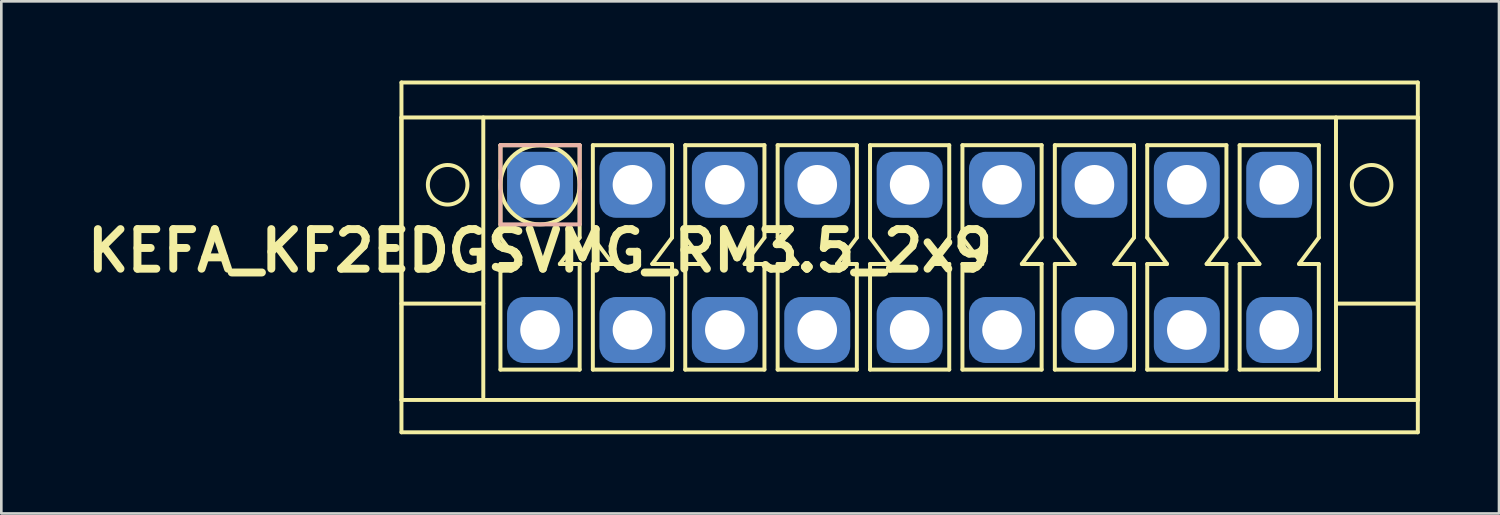
<source format=kicad_pcb>
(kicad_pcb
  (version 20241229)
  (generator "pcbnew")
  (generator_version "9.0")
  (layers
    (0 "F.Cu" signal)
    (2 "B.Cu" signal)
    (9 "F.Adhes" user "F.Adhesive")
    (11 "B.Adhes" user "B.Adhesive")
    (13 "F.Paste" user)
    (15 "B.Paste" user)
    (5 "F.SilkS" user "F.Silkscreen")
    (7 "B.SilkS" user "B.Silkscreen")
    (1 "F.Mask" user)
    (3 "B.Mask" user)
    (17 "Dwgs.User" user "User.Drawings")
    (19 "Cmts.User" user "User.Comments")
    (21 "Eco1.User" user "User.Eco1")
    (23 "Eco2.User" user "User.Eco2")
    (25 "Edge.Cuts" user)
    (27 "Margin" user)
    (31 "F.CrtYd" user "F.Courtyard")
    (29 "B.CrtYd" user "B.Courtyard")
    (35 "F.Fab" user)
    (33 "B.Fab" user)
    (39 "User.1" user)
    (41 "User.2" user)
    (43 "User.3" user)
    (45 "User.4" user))
  (footprint "KEFA_KF2EDGSVMG_RM3.5_2x9"
    (layer "F.Cu")
    (at 17.407 3.95)
    (property "Reference" "KEFA_KF2EDGSVMG_RM3.5_2x9" (at 0 2.5 0) (layer "F.SilkS") (effects (font (size 1.5 1.5) (thickness 0.3))))
    (attr through_hole)
    (fp_line (start -5.25 -3.875) (end 33.25 -3.875) (stroke (width 0.15) (type solid)) (layer "F.SilkS"))
    (fp_line (start -5.25 -2.55) (end 33.25 -2.55) (stroke (width 0.15) (type solid)) (layer "F.SilkS"))
    (fp_line (start -5.25 4.5) (end -2.15 4.5) (stroke (width 0.15) (type solid)) (layer "F.SilkS"))
    (fp_line (start -5.25 8.15) (end -5.25 -2.55) (stroke (width 0.15) (type solid)) (layer "F.SilkS"))
    (fp_line (start -5.25 9.375) (end -5.25 -3.875) (stroke (width 0.15) (type solid)) (layer "F.SilkS"))
    (fp_line (start -2.15 -2.55) (end -2.15 8.05) (stroke (width 0.15) (type solid)) (layer "F.SilkS"))
    (fp_line (start -1.5 -1.5) (end -1.5 2) (stroke (width 0.15) (type solid)) (layer "F.SilkS"))
    (fp_line (start -1.5 -1.5) (end 1.5 -1.5) (stroke (width 0.15) (type solid)) (layer "F.SilkS"))
    (fp_line (start -1.5 2) (end -0.75 3) (stroke (width 0.15) (type solid)) (layer "F.SilkS"))
    (fp_line (start -1.5 3) (end -1.5 7) (stroke (width 0.15) (type solid)) (layer "F.SilkS"))
    (fp_line (start -1.5 7) (end 1.5 7) (stroke (width 0.15) (type solid)) (layer "F.SilkS"))
    (fp_line (start -0.75 3) (end -1.5 3) (stroke (width 0.15) (type solid)) (layer "F.SilkS"))
    (fp_line (start 0.75 3) (end 1.5 3) (stroke (width 0.15) (type solid)) (layer "F.SilkS"))
    (fp_line (start 1.5 -1.5) (end 1.5 2) (stroke (width 0.15) (type solid)) (layer "F.SilkS"))
    (fp_line (start 1.5 2) (end 0.75 3) (stroke (width 0.15) (type solid)) (layer "F.SilkS"))
    (fp_line (start 1.5 3) (end 1.5 7) (stroke (width 0.15) (type solid)) (layer "F.SilkS"))
    (fp_line (start 2 -1.5) (end 2 2) (stroke (width 0.15) (type solid)) (layer "F.SilkS"))
    (fp_line (start 2 -1.5) (end 5 -1.5) (stroke (width 0.15) (type solid)) (layer "F.SilkS"))
    (fp_line (start 2 2) (end 2.75 3) (stroke (width 0.15) (type solid)) (layer "F.SilkS"))
    (fp_line (start 2 3) (end 2 7) (stroke (width 0.15) (type solid)) (layer "F.SilkS"))
    (fp_line (start 2 7) (end 5 7) (stroke (width 0.15) (type solid)) (layer "F.SilkS"))
    (fp_line (start 2.75 3) (end 2 3) (stroke (width 0.15) (type solid)) (layer "F.SilkS"))
    (fp_line (start 4.25 3) (end 5 3) (stroke (width 0.15) (type solid)) (layer "F.SilkS"))
    (fp_line (start 5 -1.5) (end 5 2) (stroke (width 0.15) (type solid)) (layer "F.SilkS"))
    (fp_line (start 5 2) (end 4.25 3) (stroke (width 0.15) (type solid)) (layer "F.SilkS"))
    (fp_line (start 5 3) (end 5 7) (stroke (width 0.15) (type solid)) (layer "F.SilkS"))
    (fp_line (start 5.5 -1.5) (end 5.5 2) (stroke (width 0.15) (type solid)) (layer "F.SilkS"))
    (fp_line (start 5.5 -1.5) (end 8.5 -1.5) (stroke (width 0.15) (type solid)) (layer "F.SilkS"))
    (fp_line (start 5.5 2) (end 6.25 3) (stroke (width 0.15) (type solid)) (layer "F.SilkS"))
    (fp_line (start 5.5 3) (end 5.5 7) (stroke (width 0.15) (type solid)) (layer "F.SilkS"))
    (fp_line (start 5.5 7) (end 8.5 7) (stroke (width 0.15) (type solid)) (layer "F.SilkS"))
    (fp_line (start 6.25 3) (end 5.5 3) (stroke (width 0.15) (type solid)) (layer "F.SilkS"))
    (fp_line (start 7.75 3) (end 8.5 3) (stroke (width 0.15) (type solid)) (layer "F.SilkS"))
    (fp_line (start 8.5 -1.5) (end 8.5 2) (stroke (width 0.15) (type solid)) (layer "F.SilkS"))
    (fp_line (start 8.5 2) (end 7.75 3) (stroke (width 0.15) (type solid)) (layer "F.SilkS"))
    (fp_line (start 8.5 3) (end 8.5 7) (stroke (width 0.15) (type solid)) (layer "F.SilkS"))
    (fp_line (start 9 -1.5) (end 9 2) (stroke (width 0.15) (type solid)) (layer "F.SilkS"))
    (fp_line (start 9 -1.5) (end 12 -1.5) (stroke (width 0.15) (type solid)) (layer "F.SilkS"))
    (fp_line (start 9 2) (end 9.75 3) (stroke (width 0.15) (type solid)) (layer "F.SilkS"))
    (fp_line (start 9 3) (end 9 7) (stroke (width 0.15) (type solid)) (layer "F.SilkS"))
    (fp_line (start 9 7) (end 12 7) (stroke (width 0.15) (type solid)) (layer "F.SilkS"))
    (fp_line (start 9.75 3) (end 9 3) (stroke (width 0.15) (type solid)) (layer "F.SilkS"))
    (fp_line (start 11.25 3) (end 12 3) (stroke (width 0.15) (type solid)) (layer "F.SilkS"))
    (fp_line (start 12 -1.5) (end 12 2) (stroke (width 0.15) (type solid)) (layer "F.SilkS"))
    (fp_line (start 12 2) (end 11.25 3) (stroke (width 0.15) (type solid)) (layer "F.SilkS"))
    (fp_line (start 12 3) (end 12 7) (stroke (width 0.15) (type solid)) (layer "F.SilkS"))
    (fp_line (start 12.5 -1.5) (end 12.5 2) (stroke (width 0.15) (type solid)) (layer "F.SilkS"))
    (fp_line (start 12.5 -1.5) (end 15.5 -1.5) (stroke (width 0.15) (type solid)) (layer "F.SilkS"))
    (fp_line (start 12.5 2) (end 13.25 3) (stroke (width 0.15) (type solid)) (layer "F.SilkS"))
    (fp_line (start 12.5 3) (end 12.5 7) (stroke (width 0.15) (type solid)) (layer "F.SilkS"))
    (fp_line (start 12.5 7) (end 15.5 7) (stroke (width 0.15) (type solid)) (layer "F.SilkS"))
    (fp_line (start 13.25 3) (end 12.5 3) (stroke (width 0.15) (type solid)) (layer "F.SilkS"))
    (fp_line (start 14.75 3) (end 15.5 3) (stroke (width 0.15) (type solid)) (layer "F.SilkS"))
    (fp_line (start 15.5 -1.5) (end 15.5 2) (stroke (width 0.15) (type solid)) (layer "F.SilkS"))
    (fp_line (start 15.5 2) (end 14.75 3) (stroke (width 0.15) (type solid)) (layer "F.SilkS"))
    (fp_line (start 15.5 3) (end 15.5 7) (stroke (width 0.15) (type solid)) (layer "F.SilkS"))
    (fp_line (start 16 -1.5) (end 16 2) (stroke (width 0.15) (type solid)) (layer "F.SilkS"))
    (fp_line (start 16 -1.5) (end 19 -1.5) (stroke (width 0.15) (type solid)) (layer "F.SilkS"))
    (fp_line (start 16 2) (end 16.75 3) (stroke (width 0.15) (type solid)) (layer "F.SilkS"))
    (fp_line (start 16 3) (end 16 7) (stroke (width 0.15) (type solid)) (layer "F.SilkS"))
    (fp_line (start 16 7) (end 19 7) (stroke (width 0.15) (type solid)) (layer "F.SilkS"))
    (fp_line (start 16.75 3) (end 16 3) (stroke (width 0.15) (type solid)) (layer "F.SilkS"))
    (fp_line (start 18.25 3) (end 19 3) (stroke (width 0.15) (type solid)) (layer "F.SilkS"))
    (fp_line (start 19 -1.5) (end 19 2) (stroke (width 0.15) (type solid)) (layer "F.SilkS"))
    (fp_line (start 19 2) (end 18.25 3) (stroke (width 0.15) (type solid)) (layer "F.SilkS"))
    (fp_line (start 19 3) (end 19 7) (stroke (width 0.15) (type solid)) (layer "F.SilkS"))
    (fp_line (start 19.5 -1.5) (end 19.5 2) (stroke (width 0.15) (type solid)) (layer "F.SilkS"))
    (fp_line (start 19.5 -1.5) (end 22.5 -1.5) (stroke (width 0.15) (type solid)) (layer "F.SilkS"))
    (fp_line (start 19.5 2) (end 20.25 3) (stroke (width 0.15) (type solid)) (layer "F.SilkS"))
    (fp_line (start 19.5 3) (end 19.5 7) (stroke (width 0.15) (type solid)) (layer "F.SilkS"))
    (fp_line (start 19.5 7) (end 22.5 7) (stroke (width 0.15) (type solid)) (layer "F.SilkS"))
    (fp_line (start 20.25 3) (end 19.5 3) (stroke (width 0.15) (type solid)) (layer "F.SilkS"))
    (fp_line (start 21.75 3) (end 22.5 3) (stroke (width 0.15) (type solid)) (layer "F.SilkS"))
    (fp_line (start 22.5 -1.5) (end 22.5 2) (stroke (width 0.15) (type solid)) (layer "F.SilkS"))
    (fp_line (start 22.5 2) (end 21.75 3) (stroke (width 0.15) (type solid)) (layer "F.SilkS"))
    (fp_line (start 22.5 3) (end 22.5 7) (stroke (width 0.15) (type solid)) (layer "F.SilkS"))
    (fp_line (start 23 -1.5) (end 23 2) (stroke (width 0.15) (type solid)) (layer "F.SilkS"))
    (fp_line (start 23 -1.5) (end 26 -1.5) (stroke (width 0.15) (type solid)) (layer "F.SilkS"))
    (fp_line (start 23 2) (end 23.75 3) (stroke (width 0.15) (type solid)) (layer "F.SilkS"))
    (fp_line (start 23 3) (end 23 7) (stroke (width 0.15) (type solid)) (layer "F.SilkS"))
    (fp_line (start 23 7) (end 26 7) (stroke (width 0.15) (type solid)) (layer "F.SilkS"))
    (fp_line (start 23.75 3) (end 23 3) (stroke (width 0.15) (type solid)) (layer "F.SilkS"))
    (fp_line (start 25.25 3) (end 26 3) (stroke (width 0.15) (type solid)) (layer "F.SilkS"))
    (fp_line (start 26 -1.5) (end 26 2) (stroke (width 0.15) (type solid)) (layer "F.SilkS"))
    (fp_line (start 26 2) (end 25.25 3) (stroke (width 0.15) (type solid)) (layer "F.SilkS"))
    (fp_line (start 26 3) (end 26 7) (stroke (width 0.15) (type solid)) (layer "F.SilkS"))
    (fp_line (start 26.5 -1.5) (end 26.5 2) (stroke (width 0.15) (type solid)) (layer "F.SilkS"))
    (fp_line (start 26.5 -1.5) (end 29.5 -1.5) (stroke (width 0.15) (type solid)) (layer "F.SilkS"))
    (fp_line (start 26.5 2) (end 27.25 3) (stroke (width 0.15) (type solid)) (layer "F.SilkS"))
    (fp_line (start 26.5 3) (end 26.5 7) (stroke (width 0.15) (type solid)) (layer "F.SilkS"))
    (fp_line (start 26.5 7) (end 29.5 7) (stroke (width 0.15) (type solid)) (layer "F.SilkS"))
    (fp_line (start 27.25 3) (end 26.5 3) (stroke (width 0.15) (type solid)) (layer "F.SilkS"))
    (fp_line (start 28.75 3) (end 29.5 3) (stroke (width 0.15) (type solid)) (layer "F.SilkS"))
    (fp_line (start 29.5 -1.5) (end 29.5 2) (stroke (width 0.15) (type solid)) (layer "F.SilkS"))
    (fp_line (start 29.5 2) (end 28.75 3) (stroke (width 0.15) (type solid)) (layer "F.SilkS"))
    (fp_line (start 29.5 3) (end 29.5 7) (stroke (width 0.15) (type solid)) (layer "F.SilkS"))
    (fp_line (start 30.15 -2.55) (end 30.15 8.05) (stroke (width 0.15) (type solid)) (layer "F.SilkS"))
    (fp_line (start 33.25 -3.875) (end 33.25 9.375) (stroke (width 0.15) (type solid)) (layer "F.SilkS"))
    (fp_line (start 33.25 -2.55) (end 33.25 8.15) (stroke (width 0.15) (type solid)) (layer "F.SilkS"))
    (fp_line (start 33.25 4.5) (end 30.15 4.5) (stroke (width 0.15) (type solid)) (layer "F.SilkS"))
    (fp_line (start 33.25 8.15) (end -5.25 8.15) (stroke (width 0.15) (type solid)) (layer "F.SilkS"))
    (fp_line (start 33.25 9.375) (end -5.25 9.375) (stroke (width 0.15) (type solid)) (layer "F.SilkS"))
    (fp_circle (center -3.5 0) (end -2.75 0) (stroke (width 0.15) (type solid)) (fill no) (layer "F.SilkS"))
    (fp_circle (center 0 0) (end 1.5 0) (stroke (width 0.15) (type solid)) (fill no) (layer "F.SilkS"))
    (fp_circle (center 31.5 0) (end 30.75 0) (stroke (width 0.15) (type solid)) (fill no) (layer "F.SilkS"))
    (fp_line (start -1.5 -1.5) (end 1.5 -1.5) (stroke (width 0.15) (type solid)) (layer "B.SilkS"))
    (fp_line (start -1.5 1.5) (end -1.5 -1.5) (stroke (width 0.15) (type solid)) (layer "B.SilkS"))
    (fp_line (start 1.5 -1.5) (end 1.5 1.5) (stroke (width 0.15) (type solid)) (layer "B.SilkS"))
    (fp_line (start 1.5 1.5) (end -1.5 1.5) (stroke (width 0.15) (type solid)) (layer "B.SilkS"))
    (pad "1" thru_hole circle (at 0 0) (size 1.8 1.8) (drill 1.5) (layers "*.Cu" "*.Mask"))
    (pad "1" smd roundrect (at 0 0) (size 2.5 2.5) (layers "B.Cu" "B.Mask") (roundrect_rratio 0.25))
    (pad "2" thru_hole circle (at 3.5 0) (size 1.8 1.8) (drill 1.5) (layers "*.Cu" "*.Mask"))
    (pad "2" smd roundrect (at 3.5 0) (size 2.5 2.5) (layers "B.Cu" "B.Mask") (roundrect_rratio 0.25))
    (pad "3" thru_hole circle (at 7 0) (size 1.8 1.8) (drill 1.5) (layers "*.Cu" "*.Mask"))
    (pad "3" smd roundrect (at 7 0) (size 2.5 2.5) (layers "B.Cu" "B.Mask") (roundrect_rratio 0.25))
    (pad "4" thru_hole circle (at 10.5 0) (size 1.8 1.8) (drill 1.5) (layers "*.Cu" "*.Mask"))
    (pad "4" smd roundrect (at 10.5 0) (size 2.5 2.5) (layers "B.Cu" "B.Mask") (roundrect_rratio 0.25))
    (pad "5" thru_hole circle (at 14 0) (size 1.8 1.8) (drill 1.5) (layers "*.Cu" "*.Mask"))
    (pad "5" smd roundrect (at 14 0) (size 2.5 2.5) (layers "B.Cu" "B.Mask") (roundrect_rratio 0.25))
    (pad "6" thru_hole circle (at 17.5 0) (size 1.8 1.8) (drill 1.5) (layers "*.Cu" "*.Mask"))
    (pad "6" smd roundrect (at 17.5 0) (size 2.5 2.5) (layers "B.Cu" "B.Mask") (roundrect_rratio 0.25))
    (pad "7" thru_hole circle (at 21 0) (size 1.8 1.8) (drill 1.5) (layers "*.Cu" "*.Mask"))
    (pad "7" smd roundrect (at 21 0) (size 2.5 2.5) (layers "B.Cu" "B.Mask") (roundrect_rratio 0.25))
    (pad "8" thru_hole circle (at 24.5 0) (size 1.8 1.8) (drill 1.5) (layers "*.Cu" "*.Mask"))
    (pad "8" smd roundrect (at 24.5 0) (size 2.5 2.5) (layers "B.Cu" "B.Mask") (roundrect_rratio 0.25))
    (pad "9" thru_hole circle (at 28 0) (size 1.8 1.8) (drill 1.5) (layers "*.Cu" "*.Mask"))
    (pad "9" smd roundrect (at 28 0) (size 2.5 2.5) (layers "B.Cu" "B.Mask") (roundrect_rratio 0.25))
    (pad "10" thru_hole circle (at 0 5.5) (size 1.8 1.8) (drill 1.5) (layers "*.Cu" "*.Mask"))
    (pad "10" smd roundrect (at 0 5.5) (size 2.5 2.5) (layers "B.Cu" "B.Mask") (roundrect_rratio 0.25))
    (pad "11" thru_hole circle (at 3.5 5.5) (size 1.8 1.8) (drill 1.5) (layers "*.Cu" "*.Mask"))
    (pad "11" smd roundrect (at 3.5 5.5) (size 2.5 2.5) (layers "B.Cu" "B.Mask") (roundrect_rratio 0.25))
    (pad "12" thru_hole circle (at 7 5.5) (size 1.8 1.8) (drill 1.5) (layers "*.Cu" "*.Mask"))
    (pad "12" smd roundrect (at 7 5.5) (size 2.5 2.5) (layers "B.Cu" "B.Mask") (roundrect_rratio 0.25))
    (pad "13" thru_hole circle (at 10.5 5.5) (size 1.8 1.8) (drill 1.5) (layers "*.Cu" "*.Mask"))
    (pad "13" smd roundrect (at 10.5 5.5) (size 2.5 2.5) (layers "B.Cu" "B.Mask") (roundrect_rratio 0.25))
    (pad "14" thru_hole circle (at 14 5.5) (size 1.8 1.8) (drill 1.5) (layers "*.Cu" "*.Mask"))
    (pad "14" smd roundrect (at 14 5.5) (size 2.5 2.5) (layers "B.Cu" "B.Mask") (roundrect_rratio 0.25))
    (pad "15" thru_hole circle (at 17.5 5.5) (size 1.8 1.8) (drill 1.5) (layers "*.Cu" "*.Mask"))
    (pad "15" smd roundrect (at 17.5 5.5) (size 2.5 2.5) (layers "B.Cu" "B.Mask") (roundrect_rratio 0.25))
    (pad "16" thru_hole circle (at 21 5.5) (size 1.8 1.8) (drill 1.5) (layers "*.Cu" "*.Mask"))
    (pad "16" smd roundrect (at 21 5.5) (size 2.5 2.5) (layers "B.Cu" "B.Mask") (roundrect_rratio 0.25))
    (pad "17" thru_hole circle (at 24.5 5.5) (size 1.8 1.8) (drill 1.5) (layers "*.Cu" "*.Mask"))
    (pad "17" smd roundrect (at 24.5 5.5) (size 2.5 2.5) (layers "B.Cu" "B.Mask") (roundrect_rratio 0.25))
    (pad "18" thru_hole circle (at 28 5.5) (size 1.8 1.8) (drill 1.5) (layers "*.Cu" "*.Mask"))
    (pad "18" smd roundrect (at 28 5.5) (size 2.5 2.5) (layers "B.Cu" "B.Mask") (roundrect_rratio 0.25)))
  (gr_rect
    (start -3 -3)
    (end 53.732 16.4)
    (stroke (width 0.1) (type default))
    (fill no)
    (layer "Edge.Cuts")))
</source>
